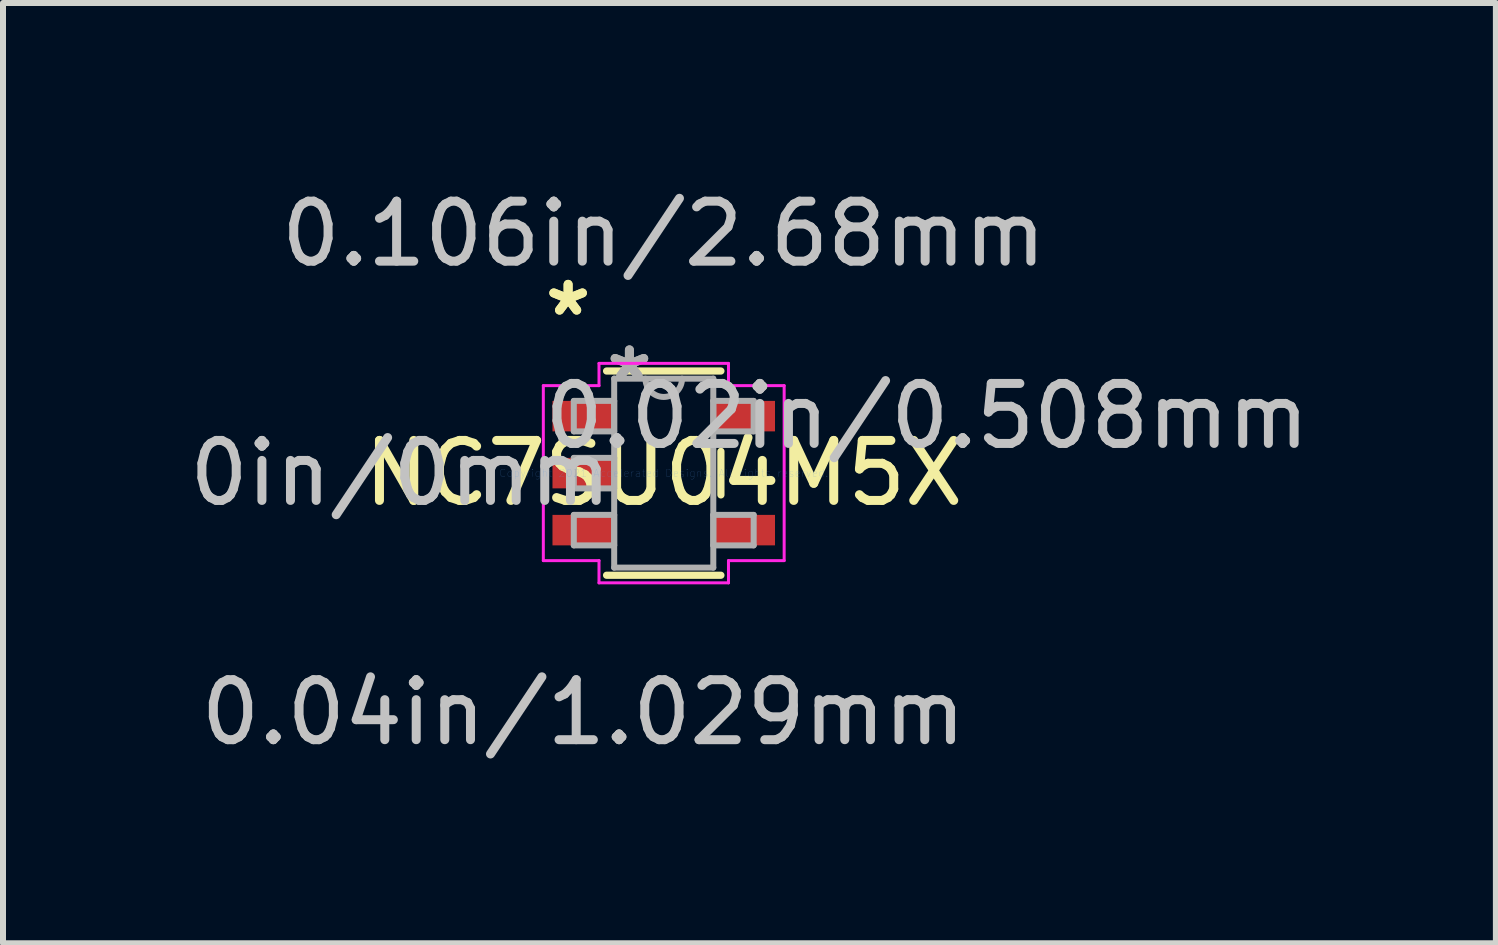
<source format=kicad_pcb>
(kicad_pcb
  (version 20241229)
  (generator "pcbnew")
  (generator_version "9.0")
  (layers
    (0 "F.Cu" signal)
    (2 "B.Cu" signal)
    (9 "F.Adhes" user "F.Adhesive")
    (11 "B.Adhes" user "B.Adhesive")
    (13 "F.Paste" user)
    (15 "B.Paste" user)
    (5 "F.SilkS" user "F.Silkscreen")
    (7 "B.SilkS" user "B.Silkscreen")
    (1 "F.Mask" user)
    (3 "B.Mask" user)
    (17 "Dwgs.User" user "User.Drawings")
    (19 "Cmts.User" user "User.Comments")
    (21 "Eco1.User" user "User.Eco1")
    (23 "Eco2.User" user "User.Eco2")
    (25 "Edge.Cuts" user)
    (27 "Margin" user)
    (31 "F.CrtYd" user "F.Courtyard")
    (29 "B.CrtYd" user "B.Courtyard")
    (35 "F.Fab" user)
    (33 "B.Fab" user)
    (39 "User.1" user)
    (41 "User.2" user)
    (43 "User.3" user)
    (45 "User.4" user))
  (footprint "NC7SU04M5X"
    (layer "F.Cu")
    (at 8.013 4.836)
    (property "Reference" "NC7SU04M5X" (at 0 0 0) (layer "F.SilkS") (effects (font (size 1 1) (thickness 0.15))))
    (attr through_hole)
    (fp_line (start -0.953 1.702) (end 0.953 1.702) (stroke (width 0.12) (type solid)) (layer "F.SilkS"))
    (fp_line (start 0.953 -1.702) (end -0.953 -1.702) (stroke (width 0.12) (type solid)) (layer "F.SilkS"))
    (fp_line (start 0.953 0.363) (end 0.953 -0.363) (stroke (width 0.12) (type solid)) (layer "F.SilkS"))
    (fp_line (start -2.007 -1.458) (end -1.079 -1.458) (stroke (width 0.05) (type solid)) (layer "F.CrtYd"))
    (fp_line (start -2.007 1.458) (end -2.007 -1.458) (stroke (width 0.05) (type solid)) (layer "F.CrtYd"))
    (fp_line (start -1.079 -1.829) (end 1.079 -1.829) (stroke (width 0.05) (type solid)) (layer "F.CrtYd"))
    (fp_line (start -1.079 -1.458) (end -1.079 -1.829) (stroke (width 0.05) (type solid)) (layer "F.CrtYd"))
    (fp_line (start -1.079 1.458) (end -2.007 1.458) (stroke (width 0.05) (type solid)) (layer "F.CrtYd"))
    (fp_line (start -1.079 1.829) (end -1.079 1.458) (stroke (width 0.05) (type solid)) (layer "F.CrtYd"))
    (fp_line (start 1.079 -1.829) (end 1.079 -1.458) (stroke (width 0.05) (type solid)) (layer "F.CrtYd"))
    (fp_line (start 1.079 -1.458) (end 2.007 -1.458) (stroke (width 0.05) (type solid)) (layer "F.CrtYd"))
    (fp_line (start 1.079 1.458) (end 1.079 1.829) (stroke (width 0.05) (type solid)) (layer "F.CrtYd"))
    (fp_line (start 1.079 1.829) (end -1.079 1.829) (stroke (width 0.05) (type solid)) (layer "F.CrtYd"))
    (fp_line (start 2.007 -1.458) (end 2.007 1.458) (stroke (width 0.05) (type solid)) (layer "F.CrtYd"))
    (fp_line (start 2.007 1.458) (end 1.079 1.458) (stroke (width 0.05) (type solid)) (layer "F.CrtYd"))
    (fp_line (start -1.499 -1.204) (end -1.499 -0.696) (stroke (width 0.1) (type solid)) (layer "F.Fab"))
    (fp_line (start -1.499 -0.696) (end -0.826 -0.696) (stroke (width 0.1) (type solid)) (layer "F.Fab"))
    (fp_line (start -1.499 -0.254) (end -1.499 0.254) (stroke (width 0.1) (type solid)) (layer "F.Fab"))
    (fp_line (start -1.499 0.254) (end -0.826 0.254) (stroke (width 0.1) (type solid)) (layer "F.Fab"))
    (fp_line (start -1.499 0.696) (end -1.499 1.204) (stroke (width 0.1) (type solid)) (layer "F.Fab"))
    (fp_line (start -1.499 1.204) (end -0.826 1.204) (stroke (width 0.1) (type solid)) (layer "F.Fab"))
    (fp_line (start -0.826 -1.575) (end -0.826 1.575) (stroke (width 0.1) (type solid)) (layer "F.Fab"))
    (fp_line (start -0.826 -1.204) (end -1.499 -1.204) (stroke (width 0.1) (type solid)) (layer "F.Fab"))
    (fp_line (start -0.826 -0.696) (end -0.826 -1.204) (stroke (width 0.1) (type solid)) (layer "F.Fab"))
    (fp_line (start -0.826 -0.254) (end -1.499 -0.254) (stroke (width 0.1) (type solid)) (layer "F.Fab"))
    (fp_line (start -0.826 0.254) (end -0.826 -0.254) (stroke (width 0.1) (type solid)) (layer "F.Fab"))
    (fp_line (start -0.826 0.696) (end -1.499 0.696) (stroke (width 0.1) (type solid)) (layer "F.Fab"))
    (fp_line (start -0.826 1.204) (end -0.826 0.696) (stroke (width 0.1) (type solid)) (layer "F.Fab"))
    (fp_line (start -0.826 1.575) (end 0.826 1.575) (stroke (width 0.1) (type solid)) (layer "F.Fab"))
    (fp_line (start 0.826 -1.575) (end -0.826 -1.575) (stroke (width 0.1) (type solid)) (layer "F.Fab"))
    (fp_line (start 0.826 -1.204) (end 0.826 -0.696) (stroke (width 0.1) (type solid)) (layer "F.Fab"))
    (fp_line (start 0.826 -0.696) (end 1.499 -0.696) (stroke (width 0.1) (type solid)) (layer "F.Fab"))
    (fp_line (start 0.826 0.696) (end 0.826 1.204) (stroke (width 0.1) (type solid)) (layer "F.Fab"))
    (fp_line (start 0.826 1.204) (end 1.499 1.204) (stroke (width 0.1) (type solid)) (layer "F.Fab"))
    (fp_line (start 0.826 1.575) (end 0.826 -1.575) (stroke (width 0.1) (type solid)) (layer "F.Fab"))
    (fp_line (start 1.499 -1.204) (end 0.826 -1.204) (stroke (width 0.1) (type solid)) (layer "F.Fab"))
    (fp_line (start 1.499 -0.696) (end 1.499 -1.204) (stroke (width 0.1) (type solid)) (layer "F.Fab"))
    (fp_line (start 1.499 0.696) (end 0.826 0.696) (stroke (width 0.1) (type solid)) (layer "F.Fab"))
    (fp_line (start 1.499 1.204) (end 1.499 0.696) (stroke (width 0.1) (type solid)) (layer "F.Fab"))
    (fp_arc (start 0.3048 -1.5748) (mid 0 -1.27) (end -0.3048 -1.5748) (stroke (width 0.1) (type solid)) (layer "F.Fab"))
    (fp_text user "*" (at -1.594 -2.601 0) (layer "F.SilkS") (effects (font (size 1 1) (thickness 0.15))))
    (fp_text user "*" (at -1.594 -2.601 0) (layer "F.SilkS") (effects (font (size 1 1) (thickness 0.15))))
    (fp_text user "0.106in/2.68mm" (at 0 -3.988 0) (layer "Dwgs.User") (effects (font (size 1 1) (thickness 0.15))))
    (fp_text user "0.04in/1.029mm" (at -1.34 3.988 0) (layer "Dwgs.User") (effects (font (size 1 1) (thickness 0.15))))
    (fp_text user "0.02in/0.508mm" (at 4.388 -0.95 0) (layer "Dwgs.User") (effects (font (size 1 1) (thickness 0.15))))
    (fp_text user "0in/0mm" (at -4.388 0 0) (layer "Dwgs.User") (effects (font (size 1 1) (thickness 0.15))))
    (fp_text user "Copyright 2021 Accelerated Designs. All rights reserved." (at 0 0 0) (layer "Cmts.User") (effects (font (size 0.127 0.127) (thickness 0.002))))
    (fp_text user "*" (at -0.572 -1.509 0) (layer "F.Fab") (effects (font (size 1 1) (thickness 0.15))))
    (fp_text user "*" (at -0.572 -1.509 0) (layer "F.Fab") (effects (font (size 1 1) (thickness 0.15))))
    (pad "1" smd rect (at -1.34 -0.95) (size 1.029 0.508) (layers "F.Cu" "F.Mask" "F.Paste"))
    (pad "2" smd rect (at -1.34 0) (size 1.029 0.508) (layers "F.Cu" "F.Mask" "F.Paste"))
    (pad "3" smd rect (at -1.34 0.95) (size 1.029 0.508) (layers "F.Cu" "F.Mask" "F.Paste"))
    (pad "4" smd rect (at 1.34 0.95) (size 1.029 0.508) (layers "F.Cu" "F.Mask" "F.Paste"))
    (pad "5" smd rect (at 1.34 -0.95) (size 1.029 0.508) (layers "F.Cu" "F.Mask" "F.Paste")))
  (gr_rect
    (start -3 -3)
    (end 21.883 12.672)
    (stroke (width 0.1) (type default))
    (fill no)
    (layer "Edge.Cuts")))
</source>
